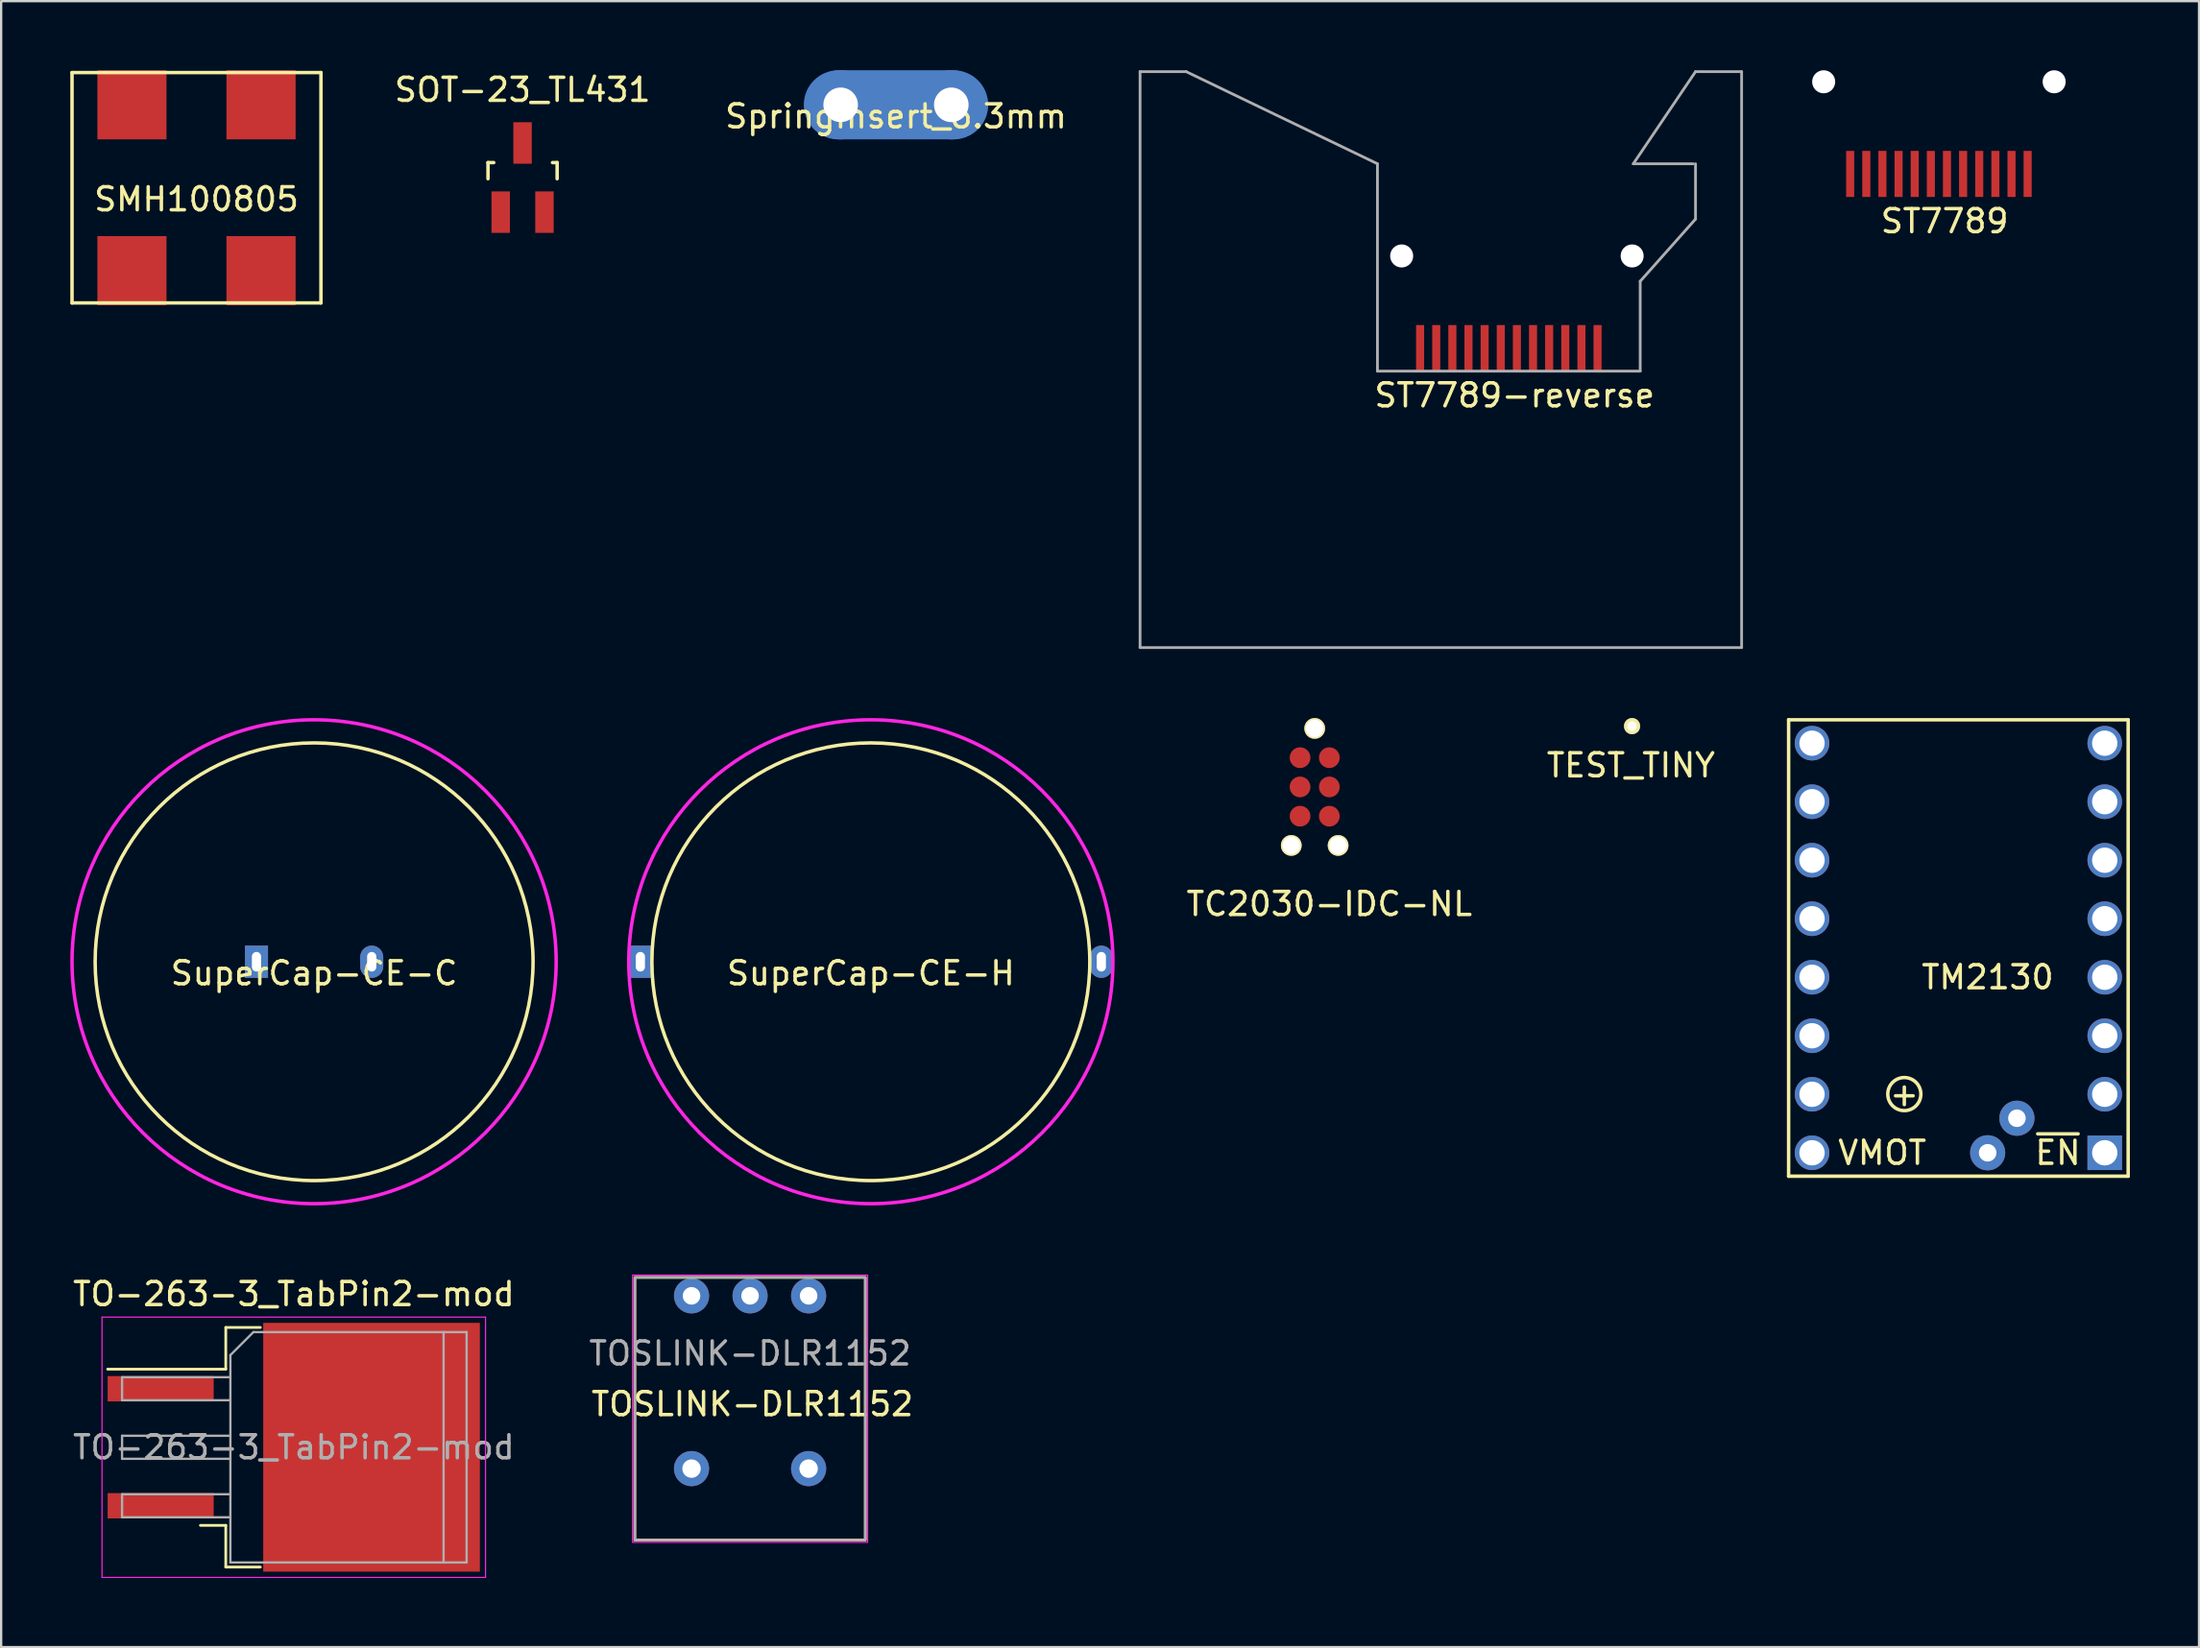
<source format=kicad_pcb>
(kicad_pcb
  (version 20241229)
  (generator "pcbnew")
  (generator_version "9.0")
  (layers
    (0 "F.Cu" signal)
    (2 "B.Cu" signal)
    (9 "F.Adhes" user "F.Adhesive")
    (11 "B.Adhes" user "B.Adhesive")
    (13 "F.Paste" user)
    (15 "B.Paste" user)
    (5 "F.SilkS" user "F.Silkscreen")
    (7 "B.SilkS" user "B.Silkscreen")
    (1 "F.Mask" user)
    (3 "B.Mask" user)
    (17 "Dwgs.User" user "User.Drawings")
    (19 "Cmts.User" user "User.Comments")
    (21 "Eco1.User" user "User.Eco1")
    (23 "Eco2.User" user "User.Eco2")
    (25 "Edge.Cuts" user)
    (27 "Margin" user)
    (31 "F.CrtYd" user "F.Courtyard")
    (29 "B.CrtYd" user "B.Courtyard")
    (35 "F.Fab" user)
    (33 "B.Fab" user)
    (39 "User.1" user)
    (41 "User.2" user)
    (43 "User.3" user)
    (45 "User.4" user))
  (footprint "SpringInsert_6.3mm"
    (layer "F.Cu")
    (at 35.825 1.5)
    (property "Reference" "SpringInsert_6.3mm" (at 0 0.5 0) (layer "F.SilkS") (effects (font (size 1 1) (thickness 0.15))))
    (attr through_hole)
    (pad "1" thru_hole circle (at -2.4 0) (size 3 3) (drill 1.5) (layers "*.Cu" "*.Mask"))
    (pad "1" smd oval (at 0 0) (size 8 3) (layers "B.Cu" "B.Mask" "B.Paste"))
    (pad "1" thru_hole circle (at 2.4 0) (size 3 3) (drill 1.5) (layers "*.Cu" "*.Mask")))
  (footprint "TM2130"
    (layer "F.Cu")
    (at 88.27 46.991)
    (property "Reference" "TM2130" (at -5.08 -7.62 0) (layer "F.SilkS") (effects (font (size 1 1) (thickness 0.15))))
    (attr through_hole)
    (fp_line (start -13.716 -18.796) (end -13.716 1.016) (stroke (width 0.15) (type solid)) (layer "F.SilkS"))
    (fp_line (start -13.716 1.016) (end 1.016 1.016) (stroke (width 0.15) (type solid)) (layer "F.SilkS"))
    (fp_line (start 1.016 -18.796) (end -13.716 -18.796) (stroke (width 0.15) (type solid)) (layer "F.SilkS"))
    (fp_line (start 1.016 1.016) (end 1.016 -18.796) (stroke (width 0.15) (type solid)) (layer "F.SilkS"))
    (fp_circle (center -8.696 -2.548) (end -7.978 -2.548) (stroke (width 0.15) (type solid)) (fill no) (layer "F.SilkS"))
    (fp_text user "~{EN}" (at -2.032 0 0) (layer "F.SilkS") (effects (font (size 1 1) (thickness 0.15))))
    (fp_text user "+" (at -8.696 -2.548 0) (layer "F.SilkS") (effects (font (size 1 1) (thickness 0.15))))
    (fp_text user "VMOT" (at -9.652 0 0) (layer "F.SilkS") (effects (font (size 1 1) (thickness 0.15))))
    (pad "1" thru_hole rect (at 0 0) (size 1.5 1.5) (drill 1.1) (layers "*.Cu" "*.Mask"))
    (pad "2" thru_hole circle (at 0 -2.54) (size 1.5 1.5) (drill 1.1) (layers "*.Cu" "*.Mask"))
    (pad "3" thru_hole circle (at 0 -5.08) (size 1.5 1.5) (drill 1.1) (layers "*.Cu" "*.Mask"))
    (pad "4" thru_hole circle (at 0 -7.62) (size 1.5 1.5) (drill 1.1) (layers "*.Cu" "*.Mask"))
    (pad "5" thru_hole circle (at 0 -10.16) (size 1.5 1.5) (drill 1.1) (layers "*.Cu" "*.Mask"))
    (pad "6" thru_hole circle (at 0 -12.7) (size 1.5 1.5) (drill 1.1) (layers "*.Cu" "*.Mask"))
    (pad "7" thru_hole circle (at 0 -15.24) (size 1.5 1.5) (drill 1.1) (layers "*.Cu" "*.Mask"))
    (pad "8" thru_hole circle (at 0 -17.78) (size 1.5 1.5) (drill 1.1) (layers "*.Cu" "*.Mask"))
    (pad "9" thru_hole circle (at -12.7 -17.78) (size 1.5 1.5) (drill 1.1) (layers "*.Cu" "*.Mask"))
    (pad "10" thru_hole circle (at -12.7 -15.24) (size 1.5 1.5) (drill 1.1) (layers "*.Cu" "*.Mask"))
    (pad "11" thru_hole circle (at -12.7 -12.7) (size 1.5 1.5) (drill 1.1) (layers "*.Cu" "*.Mask"))
    (pad "12" thru_hole circle (at -12.7 -10.16) (size 1.5 1.5) (drill 1.1) (layers "*.Cu" "*.Mask"))
    (pad "13" thru_hole circle (at -12.7 -7.62) (size 1.5 1.5) (drill 1.1) (layers "*.Cu" "*.Mask"))
    (pad "14" thru_hole circle (at -12.7 -5.08) (size 1.5 1.5) (drill 1.1) (layers "*.Cu" "*.Mask"))
    (pad "15" thru_hole circle (at -12.7 -2.54) (size 1.5 1.5) (drill 1.1) (layers "*.Cu" "*.Mask"))
    (pad "16" thru_hole circle (at -12.7 0) (size 1.5 1.5) (drill 1.1) (layers "*.Cu" "*.Mask"))
    (pad "17" thru_hole circle (at -3.81 -1.5) (size 1.524 1.524) (drill 0.762) (layers "*.Cu" "*.Mask"))
    (pad "18" thru_hole circle (at -5.08 0) (size 1.524 1.524) (drill 0.762) (layers "*.Cu" "*.Mask")))
  (footprint "TOSLINK-DLR1152"
    (layer "F.Cu")
    (at 29.494 53.201)
    (property "Reference" "TOSLINK-DLR1152" (at 0.1 4.7 0) (unlocked yes) (layer "F.SilkS") (effects (font (size 1 1) (thickness 0.15))))
    (attr through_hole)
    (fp_rect (start -5 -0.8) (end 5 10.6) (stroke (width 0.12) (type default)) (fill no) (layer "F.SilkS"))
    (fp_rect (start -5.1 -0.9) (end 5.1 10.7) (stroke (width 0.05) (type default)) (fill no) (layer "F.CrtYd"))
    (fp_rect (start -5 -0.8) (end 5 10.6) (stroke (width 0.1) (type default)) (fill no) (layer "F.Fab"))
    (fp_text user "${REFERENCE}" (at 0 2.5 0) (unlocked yes) (layer "F.Fab") (effects (font (size 1 1) (thickness 0.15))))
    (pad "" thru_hole circle (at -2.54 7.5) (size 1.524 1.524) (drill 0.8) (layers "*.Cu" "*.Mask"))
    (pad "" thru_hole circle (at 2.54 7.5) (size 1.524 1.524) (drill 0.8) (layers "*.Cu" "*.Mask"))
    (pad "1" thru_hole circle (at -2.54 0) (size 1.524 1.524) (drill 0.762) (layers "*.Cu" "*.Mask"))
    (pad "2" thru_hole circle (at 0 0) (size 1.524 1.524) (drill 0.762) (layers "*.Cu" "*.Mask"))
    (pad "3" thru_hole circle (at 2.54 0) (size 1.524 1.524) (drill 0.762) (layers "*.Cu" "*.Mask")))
  (footprint "TO-263-3_TabPin2-mod"
    (layer "F.Cu")
    (at 9.696 59.774)
    (property "Reference" "TO-263-3_TabPin2-mod" (at 0 -6.65 180) (layer "F.SilkS") (effects (font (size 1 1) (thickness 0.15))))
    (attr smd)
    (fp_line (start -2.95 -5.2) (end -2.95 -3.39) (stroke (width 0.12) (type solid)) (layer "F.SilkS"))
    (fp_line (start -2.95 -3.39) (end -8.075 -3.39) (stroke (width 0.12) (type solid)) (layer "F.SilkS"))
    (fp_line (start -2.95 3.39) (end -4.05 3.39) (stroke (width 0.12) (type solid)) (layer "F.SilkS"))
    (fp_line (start -2.95 5.2) (end -2.95 3.39) (stroke (width 0.12) (type solid)) (layer "F.SilkS"))
    (fp_line (start -1.45 -5.2) (end -2.95 -5.2) (stroke (width 0.12) (type solid)) (layer "F.SilkS"))
    (fp_line (start -1.45 5.2) (end -2.95 5.2) (stroke (width 0.12) (type solid)) (layer "F.SilkS"))
    (fp_line (start -8.32 -5.65) (end -8.32 5.65) (stroke (width 0.05) (type solid)) (layer "F.CrtYd"))
    (fp_line (start -8.32 5.65) (end 8.32 5.65) (stroke (width 0.05) (type solid)) (layer "F.CrtYd"))
    (fp_line (start 8.32 -5.65) (end -8.32 -5.65) (stroke (width 0.05) (type solid)) (layer "F.CrtYd"))
    (fp_line (start 8.32 5.65) (end 8.32 -5.65) (stroke (width 0.05) (type solid)) (layer "F.CrtYd"))
    (fp_line (start -7.45 -3.04) (end -7.45 -2.04) (stroke (width 0.1) (type solid)) (layer "F.Fab"))
    (fp_line (start -7.45 -2.04) (end -2.75 -2.04) (stroke (width 0.1) (type solid)) (layer "F.Fab"))
    (fp_line (start -7.45 -0.5) (end -7.45 0.5) (stroke (width 0.1) (type solid)) (layer "F.Fab"))
    (fp_line (start -7.45 0.5) (end -2.75 0.5) (stroke (width 0.1) (type solid)) (layer "F.Fab"))
    (fp_line (start -7.45 2.04) (end -7.45 3.04) (stroke (width 0.1) (type solid)) (layer "F.Fab"))
    (fp_line (start -7.45 3.04) (end -2.75 3.04) (stroke (width 0.1) (type solid)) (layer "F.Fab"))
    (fp_line (start -2.75 -4) (end -1.75 -5) (stroke (width 0.1) (type solid)) (layer "F.Fab"))
    (fp_line (start -2.75 -3.04) (end -7.45 -3.04) (stroke (width 0.1) (type solid)) (layer "F.Fab"))
    (fp_line (start -2.75 -0.5) (end -7.45 -0.5) (stroke (width 0.1) (type solid)) (layer "F.Fab"))
    (fp_line (start -2.75 2.04) (end -7.45 2.04) (stroke (width 0.1) (type solid)) (layer "F.Fab"))
    (fp_line (start -2.75 5) (end -2.75 -4) (stroke (width 0.1) (type solid)) (layer "F.Fab"))
    (fp_line (start -1.75 -5) (end 6.5 -5) (stroke (width 0.1) (type solid)) (layer "F.Fab"))
    (fp_line (start 6.5 -5) (end 6.5 5) (stroke (width 0.1) (type solid)) (layer "F.Fab"))
    (fp_line (start 6.5 -5) (end 7.5 -5) (stroke (width 0.1) (type solid)) (layer "F.Fab"))
    (fp_line (start 6.5 5) (end -2.75 5) (stroke (width 0.1) (type solid)) (layer "F.Fab"))
    (fp_line (start 7.5 -5) (end 7.5 5) (stroke (width 0.1) (type solid)) (layer "F.Fab"))
    (fp_line (start 7.5 5) (end 6.5 5) (stroke (width 0.1) (type solid)) (layer "F.Fab"))
    (fp_text user "${REFERENCE}" (at 0 0 180) (layer "F.Fab") (effects (font (size 1 1) (thickness 0.15))))
    (pad "" smd rect (at 0.95 -2.775) (size 4.55 5.25) (layers "F.Paste"))
    (pad "" smd rect (at 0.95 2.775) (size 4.55 5.25) (layers "F.Paste"))
    (pad "" smd rect (at 5.8 -2.775) (size 4.55 5.25) (layers "F.Paste"))
    (pad "" smd rect (at 5.8 2.775) (size 4.55 5.25) (layers "F.Paste"))
    (pad "1" smd rect (at -5.775 -2.54) (size 4.6 1.1) (layers "F.Cu" "F.Mask" "F.Paste"))
    (pad "2" smd rect (at 3.375 0) (size 9.4 10.8) (layers "F.Cu" "F.Mask"))
    (pad "3" smd rect (at -5.775 2.54) (size 4.6 1.1) (layers "F.Cu" "F.Mask" "F.Paste")))
  (footprint "ST7789-reverse"
    (layer "F.Cu")
    (at 62.415 12.06)
    (property "Reference" "ST7789-reverse" (at 0.25 2.05 0) (layer "F.SilkS") (effects (font (size 1 1) (thickness 0.15))))
    (attr through_hole)
    (fp_line (start -16 -12) (end -16 13) (stroke (width 0.12) (type solid)) (layer "F.Fab"))
    (fp_line (start -16 13) (end 10.1 13) (stroke (width 0.12) (type solid)) (layer "F.Fab"))
    (fp_line (start -14 -12) (end -16 -12) (stroke (width 0.12) (type solid)) (layer "F.Fab"))
    (fp_line (start -5.7 -8) (end -14 -12) (stroke (width 0.12) (type solid)) (layer "F.Fab"))
    (fp_line (start -5.7 1) (end -5.7 -8) (stroke (width 0.12) (type solid)) (layer "F.Fab"))
    (fp_line (start 5.4 -8) (end 8 -8) (stroke (width 0.12) (type solid)) (layer "F.Fab"))
    (fp_line (start 5.7 -2.9) (end 5.7 1) (stroke (width 0.12) (type solid)) (layer "F.Fab"))
    (fp_line (start 5.7 1) (end -5.7 1) (stroke (width 0.12) (type solid)) (layer "F.Fab"))
    (fp_line (start 8.1 -12) (end 5.4 -8) (stroke (width 0.12) (type solid)) (layer "F.Fab"))
    (fp_line (start 8.1 -8) (end 8.1 -5.6) (stroke (width 0.12) (type solid)) (layer "F.Fab"))
    (fp_line (start 8.1 -5.6) (end 5.7 -2.9) (stroke (width 0.12) (type solid)) (layer "F.Fab"))
    (fp_line (start 10.1 -12) (end 8.1 -12) (stroke (width 0.12) (type solid)) (layer "F.Fab"))
    (fp_line (start 10.1 13) (end 10.1 -12) (stroke (width 0.12) (type solid)) (layer "F.Fab"))
    (pad "" np_thru_hole circle (at -4.65 -4) (size 1 1) (drill 1) (layers "*.Cu" "*.Mask"))
    (pad "" np_thru_hole circle (at 5.35 -4) (size 1 1) (drill 1) (layers "*.Cu" "*.Mask"))
    (pad "1" smd rect (at 3.85 0) (size 0.35 2) (layers "F.Cu" "F.Mask" "F.Paste"))
    (pad "2" smd rect (at 3.15 0) (size 0.35 2) (layers "F.Cu" "F.Mask" "F.Paste"))
    (pad "3" smd rect (at 2.45 0) (size 0.35 2) (layers "F.Cu" "F.Mask" "F.Paste"))
    (pad "4" smd rect (at 1.75 0) (size 0.35 2) (layers "F.Cu" "F.Mask" "F.Paste"))
    (pad "5" smd rect (at 1.05 0) (size 0.35 2) (layers "F.Cu" "F.Mask" "F.Paste"))
    (pad "6" smd rect (at 0.35 0) (size 0.35 2) (layers "F.Cu" "F.Mask" "F.Paste"))
    (pad "7" smd rect (at -0.35 0) (size 0.35 2) (layers "F.Cu" "F.Mask" "F.Paste"))
    (pad "8" smd rect (at -1.05 0) (size 0.35 2) (layers "F.Cu" "F.Mask" "F.Paste"))
    (pad "9" smd rect (at -1.75 0) (size 0.35 2) (layers "F.Cu" "F.Mask" "F.Paste"))
    (pad "10" smd rect (at -2.45 0) (size 0.35 2) (layers "F.Cu" "F.Mask" "F.Paste"))
    (pad "11" smd rect (at -3.15 0) (size 0.35 2) (layers "F.Cu" "F.Mask" "F.Paste"))
    (pad "12" smd rect (at -3.85 0) (size 0.35 2) (layers "F.Cu" "F.Mask" "F.Paste")))
  (footprint "TC2030-IDC-NL"
    (layer "F.Cu")
    (at 53.357 29.84)
    (property "Reference" "TC2030-IDC-NL" (at 1.27 6.35 0) (layer "F.SilkS") (effects (font (size 1 1) (thickness 0.15))))
    (attr through_hole)
    (pad "" np_thru_hole circle (at -0.381 3.81) (size 0.9 0.9) (drill 0.762) (layers "*.Cu" "*.Mask" "F.SilkS"))
    (pad "" np_thru_hole circle (at 0.635 -1.27) (size 0.9 0.9) (drill 0.762) (layers "*.Cu" "*.Mask" "F.SilkS"))
    (pad "" np_thru_hole circle (at 1.651 3.81) (size 0.9 0.9) (drill 0.762) (layers "*.Cu" "*.Mask" "F.SilkS"))
    (pad "1" smd circle (at 0 0) (size 0.9 0.9) (layers "F.Cu" "F.Mask" "F.Paste"))
    (pad "2" smd circle (at 1.27 0) (size 0.9 0.9) (layers "F.Cu" "F.Mask" "F.Paste"))
    (pad "3" smd circle (at 0 1.27) (size 0.9 0.9) (layers "F.Cu" "F.Mask" "F.Paste"))
    (pad "4" smd circle (at 1.27 1.27) (size 0.9 0.9) (layers "F.Cu" "F.Mask" "F.Paste"))
    (pad "5" smd circle (at 0 2.54) (size 0.9 0.9) (layers "F.Cu" "F.Mask" "F.Paste"))
    (pad "6" smd circle (at 1.27 2.54) (size 0.9 0.9) (layers "F.Cu" "F.Mask" "F.Paste")))
  (footprint "TEST_TINY"
    (layer "F.Cu")
    (at 67.761 28.47)
    (property "Reference" "TEST_TINY" (at -0.05 1.7 0) (layer "F.SilkS") (effects (font (size 1 1) (thickness 0.15))))
    (attr through_hole)
    (pad "1" thru_hole circle (at 0 0) (size 0.7 0.7) (drill 0.4) (layers "*.Cu" "*.Mask" "F.SilkS")))
  (footprint "SuperCap-CE-C"
    (layer "F.Cu")
    (at 10.578 38.698)
    (property "Reference" "SuperCap-CE-C" (at 0 0.5 0) (layer "F.SilkS") (effects (font (size 1 1) (thickness 0.15))))
    (attr through_hole)
    (fp_circle (center 0 0) (end 9.5 0) (stroke (width 0.15) (type solid)) (fill no) (layer "F.SilkS"))
    (fp_circle (center 0 0) (end 10.503 0) (stroke (width 0.15) (type solid)) (fill no) (layer "F.CrtYd"))
    (pad "1" thru_hole rect (at -2.5 0) (size 1 1.4) (drill oval 0.4 0.85) (layers "*.Cu" "*.Mask"))
    (pad "2" thru_hole oval (at 2.5 0) (size 1 1.4) (drill oval 0.4 0.85) (layers "*.Cu" "*.Mask")))
  (footprint "ST7789"
    (layer "F.Cu")
    (at 81.075 4.5)
    (property "Reference" "ST7789" (at 0.25 2.05 0) (layer "F.SilkS") (effects (font (size 1 1) (thickness 0.15))))
    (attr through_hole)
    (pad "" np_thru_hole circle (at -5 -4) (size 1 1) (drill 1) (layers "*.Cu" "*.Mask"))
    (pad "" np_thru_hole circle (at 5 -4) (size 1 1) (drill 1) (layers "*.Cu" "*.Mask"))
    (pad "1" smd rect (at 3.85 0) (size 0.35 2) (layers "F.Cu" "F.Mask" "F.Paste"))
    (pad "2" smd rect (at 3.15 0) (size 0.35 2) (layers "F.Cu" "F.Mask" "F.Paste"))
    (pad "3" smd rect (at 2.45 0) (size 0.35 2) (layers "F.Cu" "F.Mask" "F.Paste"))
    (pad "4" smd rect (at 1.75 0) (size 0.35 2) (layers "F.Cu" "F.Mask" "F.Paste"))
    (pad "5" smd rect (at 1.05 0) (size 0.35 2) (layers "F.Cu" "F.Mask" "F.Paste"))
    (pad "6" smd rect (at 0.35 0) (size 0.35 2) (layers "F.Cu" "F.Mask" "F.Paste"))
    (pad "7" smd rect (at -0.35 0) (size 0.35 2) (layers "F.Cu" "F.Mask" "F.Paste"))
    (pad "8" smd rect (at -1.05 0) (size 0.35 2) (layers "F.Cu" "F.Mask" "F.Paste"))
    (pad "9" smd rect (at -1.75 0) (size 0.35 2) (layers "F.Cu" "F.Mask" "F.Paste"))
    (pad "10" smd rect (at -2.45 0) (size 0.35 2) (layers "F.Cu" "F.Mask" "F.Paste"))
    (pad "11" smd rect (at -3.15 0) (size 0.35 2) (layers "F.Cu" "F.Mask" "F.Paste"))
    (pad "12" smd rect (at -3.85 0) (size 0.35 2) (layers "F.Cu" "F.Mask" "F.Paste")))
  (footprint "SOT-23_TL431"
    (layer "F.Cu")
    (at 19.623 4.658)
    (property "Reference" "SOT-23_TL431" (at 0 -3.81 0) (layer "F.SilkS") (effects (font (size 1 1) (thickness 0.15))))
    (attr smd)
    (fp_line (start -1.5 -0.65) (end -1.251 -0.65) (stroke (width 0.15) (type solid)) (layer "F.SilkS"))
    (fp_line (start -1.5 0.051) (end -1.5 -0.65) (stroke (width 0.15) (type solid)) (layer "F.SilkS"))
    (fp_line (start 1.299 -0.65) (end 1.5 -0.65) (stroke (width 0.15) (type solid)) (layer "F.SilkS"))
    (fp_line (start 1.5 -0.65) (end 1.5 0.051) (stroke (width 0.15) (type solid)) (layer "F.SilkS"))
    (pad "1" smd rect (at 0 -1.501) (size 0.8 1.801) (layers "F.Cu" "F.Mask" "F.Paste"))
    (pad "6" smd rect (at 0.95 1.501) (size 0.8 1.801) (layers "F.Cu" "F.Mask" "F.Paste"))
    (pad "8" smd rect (at -0.95 1.501) (size 0.8 1.801) (layers "F.Cu" "F.Mask" "F.Paste")))
  (footprint "SMH100805"
    (layer "F.Cu")
    (at 5.475 5.1)
    (property "Reference" "SMH100805" (at 0 0.5 0) (layer "F.SilkS") (effects (font (size 1 1) (thickness 0.15))))
    (attr through_hole)
    (fp_line (start -5.4 -5) (end -5.4 5) (stroke (width 0.15) (type solid)) (layer "F.SilkS"))
    (fp_line (start -5.4 5) (end 5.4 5) (stroke (width 0.15) (type solid)) (layer "F.SilkS"))
    (fp_line (start 5.4 -5) (end -5.4 -5) (stroke (width 0.15) (type solid)) (layer "F.SilkS"))
    (fp_line (start 5.4 5) (end 5.4 -5) (stroke (width 0.15) (type solid)) (layer "F.SilkS"))
    (pad "1" smd rect (at -2.8 -3.6) (size 3 3) (layers "F.Cu" "F.Mask" "F.Paste"))
    (pad "2" smd rect (at -2.8 3.6) (size 3 3) (layers "F.Cu" "F.Mask" "F.Paste"))
    (pad "3" smd rect (at 2.8 3.6) (size 3 3) (layers "F.Cu" "F.Mask" "F.Paste"))
    (pad "4" smd rect (at 2.8 -3.6) (size 3 3) (layers "F.Cu" "F.Mask" "F.Paste")))
  (footprint "SuperCap-CE-H"
    (layer "F.Cu")
    (at 34.734 38.698)
    (property "Reference" "SuperCap-CE-H" (at 0 0.5 0) (layer "F.SilkS") (effects (font (size 1 1) (thickness 0.15))))
    (attr through_hole)
    (fp_circle (center 0 0) (end 9.5 0) (stroke (width 0.15) (type solid)) (fill no) (layer "F.SilkS"))
    (fp_circle (center 0 0) (end 10.503 0) (stroke (width 0.15) (type solid)) (fill no) (layer "F.CrtYd"))
    (pad "1" thru_hole rect (at -10 0) (size 1 1.4) (drill oval 0.4 0.85) (layers "*.Cu" "*.Mask"))
    (pad "2" thru_hole oval (at 10 0) (size 1 1.4) (drill oval 0.4 0.85) (layers "*.Cu" "*.Mask")))
  (gr_rect
    (start -3 -3)
    (end 92.361 68.449)
    (stroke (width 0.1) (type default))
    (fill no)
    (layer "Edge.Cuts")))
</source>
